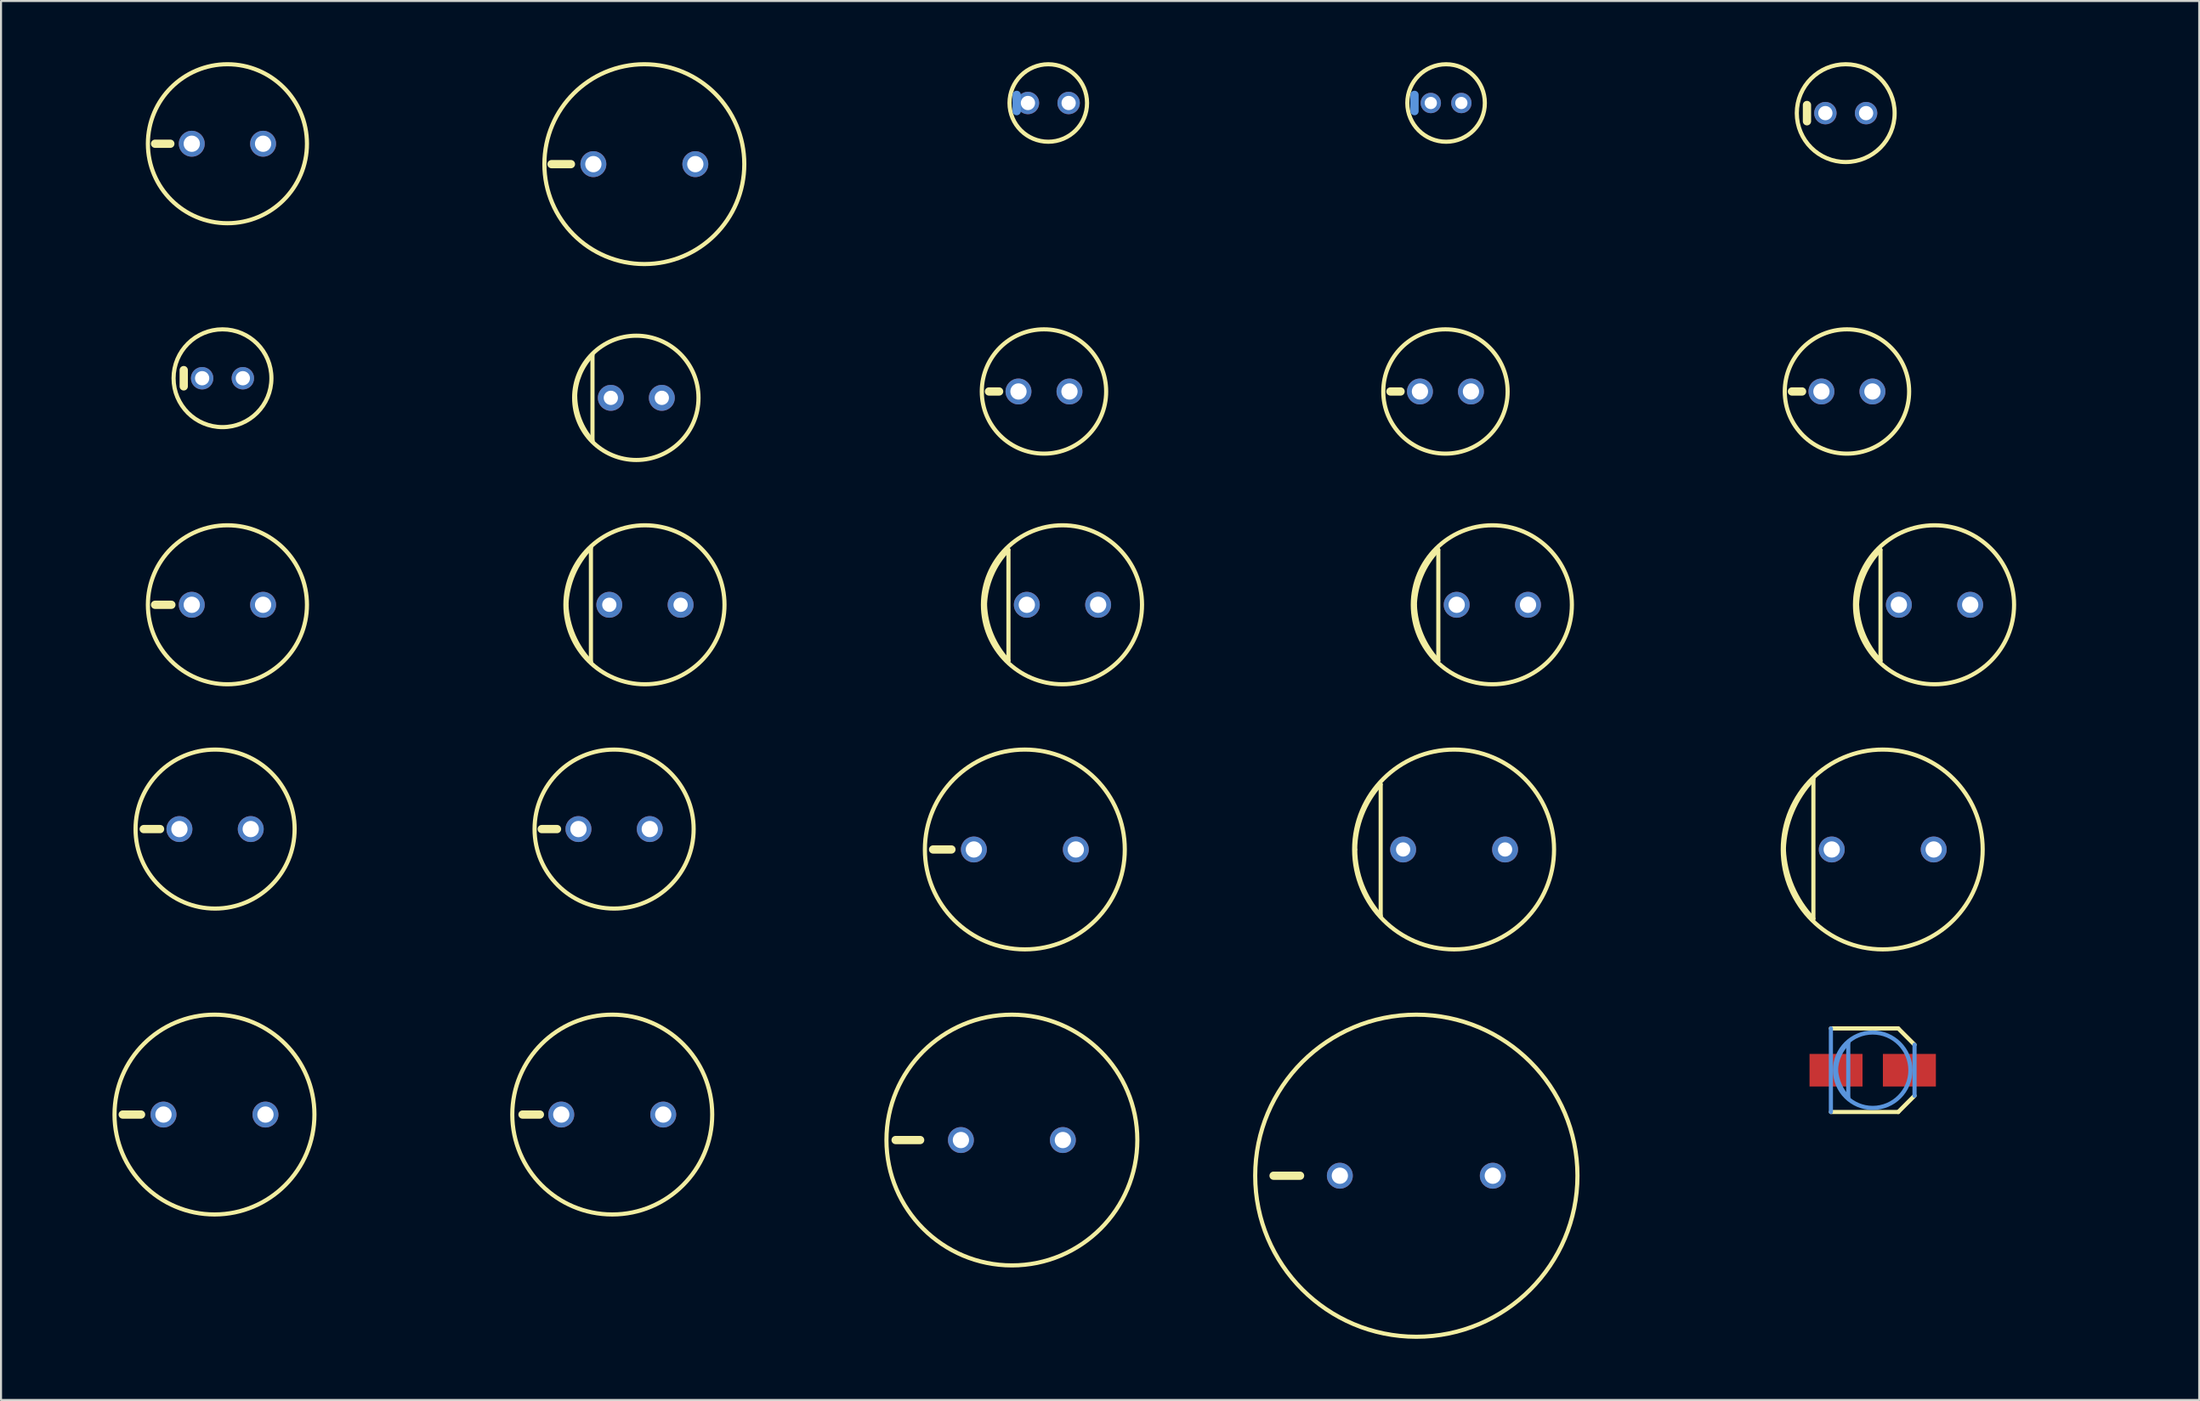
<source format=kicad_pcb>
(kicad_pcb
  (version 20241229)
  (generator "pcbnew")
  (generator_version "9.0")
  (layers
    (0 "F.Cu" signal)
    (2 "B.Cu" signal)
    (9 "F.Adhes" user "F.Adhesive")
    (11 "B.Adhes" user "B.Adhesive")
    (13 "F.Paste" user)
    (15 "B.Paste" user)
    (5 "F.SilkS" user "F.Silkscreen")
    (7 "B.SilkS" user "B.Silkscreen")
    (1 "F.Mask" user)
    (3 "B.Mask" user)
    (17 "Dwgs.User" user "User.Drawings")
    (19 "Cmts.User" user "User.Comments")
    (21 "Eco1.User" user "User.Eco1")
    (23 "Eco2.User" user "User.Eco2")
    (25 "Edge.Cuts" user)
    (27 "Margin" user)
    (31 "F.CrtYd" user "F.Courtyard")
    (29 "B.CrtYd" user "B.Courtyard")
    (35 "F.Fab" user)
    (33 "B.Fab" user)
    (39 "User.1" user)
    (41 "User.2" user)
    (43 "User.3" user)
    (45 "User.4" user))
  (footprint "SANYO-OSCON_A"
    (layer "F.Cu")
    (at 48.339 2.002)
    (property "Reference" "SANYO-OSCON_A" (at 0.635 -0.635 0) (layer "Eco1.User") (effects (font (size 1.27 1.27) (thickness 0.102))))
    (attr through_hole)
    (fp_circle (center 0 0) (end 1.9 0) (stroke (width 0.203) (type solid)) (fill no) (layer "F.SilkS"))
    (fp_line (start -1.549 0.399) (end -1.549 -0.399) (stroke (width 0.406) (type solid)) (layer "Cmts.User"))
    (pad "+" thru_hole oval (at 0.998 0) (size 1.1 1.1) (drill 0.699) (layers "*.Cu" "*.Mask"))
    (pad "-" thru_hole oval (at -0.998 0) (size 1.1 1.1) (drill 0.699) (layers "*.Cu" "*.Mask")))
  (footprint "SANYO-OSCON_9E"
    (layer "F.Cu")
    (at 8.099 4)
    (property "Reference" "SANYO-OSCON_9E" (at 0.635 -0.635 0) (layer "Eco1.User") (effects (font (size 1.27 1.27) (thickness 0.102))))
    (attr through_hole)
    (fp_line (start -3.548 0) (end -2.799 0) (stroke (width 0.406) (type solid)) (layer "F.SilkS"))
    (fp_circle (center 0 0) (end 3.899 0) (stroke (width 0.203) (type solid)) (fill no) (layer "F.SilkS"))
    (pad "+" thru_hole oval (at 1.748 0) (size 1.27 1.27) (drill 0.798) (layers "*.Cu" "*.Mask"))
    (pad "-" thru_hole oval (at -1.748 0) (size 1.27 1.27) (drill 0.798) (layers "*.Cu" "*.Mask")))
  (footprint "SANYO-OSCON_E1"
    (layer "F.Cu")
    (at 8.099 26.614)
    (property "Reference" "SANYO-OSCON_E1" (at 0.635 -0.635 0) (layer "Eco1.User") (effects (font (size 1.27 1.27) (thickness 0.102))))
    (attr through_hole)
    (fp_line (start -3.548 0) (end -2.748 0) (stroke (width 0.406) (type solid)) (layer "F.SilkS"))
    (fp_circle (center 0 0) (end 3.899 0) (stroke (width 0.203) (type solid)) (fill no) (layer "F.SilkS"))
    (pad "+" thru_hole oval (at 1.748 0) (size 1.27 1.27) (drill 0.798) (layers "*.Cu" "*.Mask"))
    (pad "-" thru_hole oval (at -1.748 0) (size 1.27 1.27) (drill 0.798) (layers "*.Cu" "*.Mask")))
  (footprint "SANYO-OSCON_F0"
    (layer "F.Cu")
    (at 47.19 38.616)
    (property "Reference" "SANYO-OSCON_F0" (at 0.635 -0.635 0) (layer "Eco1.User") (effects (font (size 1.27 1.27) (thickness 0.102))))
    (attr through_hole)
    (fp_line (start -4.498 0) (end -3.599 0) (stroke (width 0.406) (type solid)) (layer "F.SilkS"))
    (fp_circle (center 0 0) (end 4.9 0) (stroke (width 0.203) (type solid)) (fill no) (layer "F.SilkS"))
    (pad "+" thru_hole oval (at 2.499 0) (size 1.27 1.27) (drill 0.798) (layers "*.Cu" "*.Mask"))
    (pad "-" thru_hole oval (at -2.499 0) (size 1.27 1.27) (drill 0.798) (layers "*.Cu" "*.Mask")))
  (footprint "SANYO-OSCON_SMD_A5"
    (layer "F.Cu")
    (at 88.754 49.443)
    (property "Reference" "SANYO-OSCON_SMD_A5" (at 0.635 -1.905 0) (layer "Eco1.User") (effects (font (size 1.27 1.27) (thickness 0.102))))
    (attr through_hole)
    (fp_line (start -2.05 -2.05) (end 1.25 -2.05) (stroke (width 0.203) (type solid)) (layer "F.SilkS"))
    (fp_line (start 1.25 -2.05) (end 2.05 -1.25) (stroke (width 0.203) (type solid)) (layer "F.SilkS"))
    (fp_line (start 1.25 2.05) (end -2.05 2.05) (stroke (width 0.203) (type solid)) (layer "F.SilkS"))
    (fp_line (start 2.05 1.25) (end 1.25 2.05) (stroke (width 0.203) (type solid)) (layer "F.SilkS"))
    (fp_line (start -2.05 2.05) (end -2.05 -2.05) (stroke (width 0.203) (type solid)) (layer "Cmts.User"))
    (fp_line (start -1.199 1.349) (end -1.199 -1.349) (stroke (width 0.203) (type solid)) (layer "Cmts.User"))
    (fp_line (start 2.05 -1.25) (end 2.05 1.25) (stroke (width 0.203) (type solid)) (layer "Cmts.User"))
    (fp_arc (start -1.798712 -0.003494) (mid -1.631674 -0.735366) (end -1.19888 -1.34874) (stroke (width 0.2032) (type solid)) (layer "Cmts.User"))
    (fp_arc (start -1.200458 1.347951) (mid -1.615199 0.725341) (end -1.79832 0) (stroke (width 0.2032) (type solid)) (layer "Cmts.User"))
    (fp_circle (center 0 0) (end 1.849 0) (stroke (width 0.203) (type solid)) (fill no) (layer "Cmts.User"))
    (pad "+" smd rect (at 1.798 0) (size 2.598 1.598) (layers "F.Cu" "F.Mask" "F.Paste"))
    (pad "-" smd rect (at -1.798 0) (size 2.598 1.598) (layers "F.Cu" "F.Mask" "F.Paste")))
  (footprint "SANYO-OSCON_E9"
    (layer "F.Cu")
    (at 49.035 26.614)
    (property "Reference" "SANYO-OSCON_E9" (at 0.635 -0.635 0) (layer "Eco1.User") (effects (font (size 1.27 1.27) (thickness 0.102))))
    (attr through_hole)
    (fp_line (start -2.649 -2.697) (end -2.649 2.748) (stroke (width 0.203) (type solid)) (layer "F.SilkS"))
    (fp_arc (start -3.79984 0) (mid -3.474505 -1.452569) (end -2.654557 -2.694939) (stroke (width 0.2032) (type solid)) (layer "F.SilkS"))
    (fp_arc (start -2.64922 2.74828) (mid -3.471649 1.479771) (end -3.797754 0.003573) (stroke (width 0.2032) (type solid)) (layer "F.SilkS"))
    (fp_circle (center 0 0) (end 3.899 0) (stroke (width 0.203) (type solid)) (fill no) (layer "F.SilkS"))
    (pad "+" thru_hole oval (at 1.748 0) (size 1.27 1.27) (drill 0.798) (layers "*.Cu" "*.Mask"))
    (pad "-" thru_hole oval (at -1.748 0) (size 1.27 1.27) (drill 0.798) (layers "*.Cu" "*.Mask")))
  (footprint "SANYO-OSCON_B"
    (layer "F.Cu")
    (at 87.431 2.499)
    (property "Reference" "SANYO-OSCON_B" (at 0.635 -0.635 0) (layer "Eco1.User") (effects (font (size 1.27 1.27) (thickness 0.102))))
    (attr through_hole)
    (fp_line (start -1.9 0.399) (end -1.9 -0.399) (stroke (width 0.406) (type solid)) (layer "F.SilkS"))
    (fp_circle (center 0 0) (end 2.398 0) (stroke (width 0.203) (type solid)) (fill no) (layer "F.SilkS"))
    (pad "+" thru_hole oval (at 0.998 0) (size 1.1 1.1) (drill 0.699) (layers "*.Cu" "*.Mask"))
    (pad "-" thru_hole oval (at -0.998 0) (size 1.1 1.1) (drill 0.699) (layers "*.Cu" "*.Mask")))
  (footprint "SANYO-OSCON_C6"
    (layer "F.Cu")
    (at 28.144 16.464)
    (property "Reference" "SANYO-OSCON_C6" (at 0.635 -2.54 0) (layer "Eco1.User") (effects (font (size 1.27 1.27) (thickness 0.102))))
    (attr through_hole)
    (fp_line (start -2.149 -2.098) (end -2.149 2.098) (stroke (width 0.203) (type solid)) (layer "F.SilkS"))
    (fp_arc (start -2.99974 -0.09906) (mid -2.760334 -1.174879) (end -2.154501 -2.095567) (stroke (width 0.2032) (type solid)) (layer "F.SilkS"))
    (fp_arc (start -2.14884 2.09804) (mid -2.771651 1.076908) (end -2.997412 -0.09767) (stroke (width 0.2032) (type solid)) (layer "F.SilkS"))
    (fp_circle (center 0 0) (end 3.048 0) (stroke (width 0.203) (type solid)) (fill no) (layer "F.SilkS"))
    (pad "+" thru_hole oval (at 1.25 0) (size 1.27 1.27) (drill 0.699) (layers "*.Cu" "*.Mask"))
    (pad "-" thru_hole oval (at -1.25 0) (size 1.27 1.27) (drill 0.699) (layers "*.Cu" "*.Mask")))
  (footprint "SANYO-OSCON_E12"
    (layer "F.Cu")
    (at 70.108 26.614)
    (property "Reference" "SANYO-OSCON_E12" (at 0.635 -0.635 0) (layer "Eco1.User") (effects (font (size 1.27 1.27) (thickness 0.102))))
    (attr through_hole)
    (fp_line (start -2.649 -2.697) (end -2.649 2.748) (stroke (width 0.203) (type solid)) (layer "F.SilkS"))
    (fp_arc (start -3.79984 0) (mid -3.474505 -1.452569) (end -2.654557 -2.694939) (stroke (width 0.2032) (type solid)) (layer "F.SilkS"))
    (fp_arc (start -2.64922 2.74828) (mid -3.471649 1.479771) (end -3.797754 0.003573) (stroke (width 0.2032) (type solid)) (layer "F.SilkS"))
    (fp_circle (center 0 0) (end 3.899 0) (stroke (width 0.203) (type solid)) (fill no) (layer "F.SilkS"))
    (pad "+" thru_hole oval (at 1.748 0) (size 1.27 1.27) (drill 0.798) (layers "*.Cu" "*.Mask"))
    (pad "-" thru_hole oval (at -1.748 0) (size 1.27 1.27) (drill 0.798) (layers "*.Cu" "*.Mask")))
  (footprint "SANYO-OSCON_E7"
    (layer "F.Cu")
    (at 28.567 26.614)
    (property "Reference" "SANYO-OSCON_E7" (at 0.635 -0.635 0) (layer "Eco1.User") (effects (font (size 1.27 1.27) (thickness 0.102))))
    (attr through_hole)
    (fp_line (start -2.649 -2.799) (end -2.649 2.799) (stroke (width 0.203) (type solid)) (layer "F.SilkS"))
    (fp_arc (start -3.8481 0) (mid -3.507256 -1.506596) (end -2.653623 -2.793964) (stroke (width 0.2032) (type solid)) (layer "F.SilkS"))
    (fp_arc (start -2.64922 2.79908) (mid -3.500937 1.509658) (end -3.847152 0.003615) (stroke (width 0.2032) (type solid)) (layer "F.SilkS"))
    (fp_circle (center 0 0) (end 3.899 0) (stroke (width 0.203) (type solid)) (fill no) (layer "F.SilkS"))
    (pad "+" thru_hole oval (at 1.748 0) (size 1.27 1.27) (drill 0.699) (layers "*.Cu" "*.Mask"))
    (pad "-" thru_hole oval (at -1.748 0) (size 1.27 1.27) (drill 0.699) (layers "*.Cu" "*.Mask")))
  (footprint "SANYO-OSCON_B'"
    (layer "F.Cu")
    (at 7.857 15.502)
    (property "Reference" "SANYO-OSCON_B'" (at 0.635 -0.635 0) (layer "Eco1.User") (effects (font (size 1.27 1.27) (thickness 0.102))))
    (attr through_hole)
    (fp_line (start -1.9 0.399) (end -1.9 -0.399) (stroke (width 0.406) (type solid)) (layer "F.SilkS"))
    (fp_circle (center 0 0) (end 2.398 0) (stroke (width 0.203) (type solid)) (fill no) (layer "F.SilkS"))
    (pad "+" thru_hole oval (at 0.998 0) (size 1.1 1.1) (drill 0.699) (layers "*.Cu" "*.Mask"))
    (pad "-" thru_hole oval (at -0.998 0) (size 1.1 1.1) (drill 0.699) (layers "*.Cu" "*.Mask")))
  (footprint "SANYO-OSCON_C"
    (layer "F.Cu")
    (at 48.128 16.152)
    (property "Reference" "SANYO-OSCON_C" (at 0.635 -0.635 0) (layer "Eco1.User") (effects (font (size 1.27 1.27) (thickness 0.102))))
    (attr through_hole)
    (fp_line (start -2.2 0) (end -2.697 0) (stroke (width 0.406) (type solid)) (layer "F.SilkS"))
    (fp_circle (center 0 0) (end 3.048 0) (stroke (width 0.203) (type solid)) (fill no) (layer "F.SilkS"))
    (pad "+" thru_hole oval (at 1.25 0) (size 1.27 1.27) (drill 0.798) (layers "*.Cu" "*.Mask"))
    (pad "-" thru_hole oval (at -1.25 0) (size 1.27 1.27) (drill 0.798) (layers "*.Cu" "*.Mask")))
  (footprint "SANYO-OSCON_E13"
    (layer "F.Cu")
    (at 91.785 26.614)
    (property "Reference" "SANYO-OSCON_E13" (at 0.635 -0.635 0) (layer "Eco1.User") (effects (font (size 1.27 1.27) (thickness 0.102))))
    (attr through_hole)
    (fp_line (start -2.649 -2.697) (end -2.649 2.748) (stroke (width 0.203) (type solid)) (layer "F.SilkS"))
    (fp_arc (start -3.79984 0) (mid -3.474505 -1.452569) (end -2.654557 -2.694939) (stroke (width 0.2032) (type solid)) (layer "F.SilkS"))
    (fp_arc (start -2.64922 2.74828) (mid -3.471649 1.479771) (end -3.797754 0.003573) (stroke (width 0.2032) (type solid)) (layer "F.SilkS"))
    (fp_circle (center 0 0) (end 3.899 0) (stroke (width 0.203) (type solid)) (fill no) (layer "F.SilkS"))
    (pad "+" thru_hole oval (at 1.748 0) (size 1.27 1.27) (drill 0.798) (layers "*.Cu" "*.Mask"))
    (pad "-" thru_hole oval (at -1.748 0) (size 1.27 1.27) (drill 0.798) (layers "*.Cu" "*.Mask")))
  (footprint "SANYO-OSCON_E"
    (layer "F.Cu")
    (at 7.494 37.615)
    (property "Reference" "SANYO-OSCON_E" (at 0.635 -0.635 0) (layer "Eco1.User") (effects (font (size 1.27 1.27) (thickness 0.102))))
    (attr through_hole)
    (fp_line (start -3.498 0) (end -2.697 0) (stroke (width 0.406) (type solid)) (layer "F.SilkS"))
    (fp_circle (center 0 0) (end 3.899 0) (stroke (width 0.203) (type solid)) (fill no) (layer "F.SilkS"))
    (pad "+" thru_hole oval (at 1.748 0) (size 1.27 1.27) (drill 0.798) (layers "*.Cu" "*.Mask"))
    (pad "-" thru_hole oval (at -1.748 0) (size 1.27 1.27) (drill 0.798) (layers "*.Cu" "*.Mask")))
  (footprint "SANYO-OSCON_H"
    (layer "F.Cu")
    (at 66.381 54.618)
    (property "Reference" "SANYO-OSCON_H" (at 0.635 -0.635 0) (layer "Eco1.User") (effects (font (size 1.27 1.27) (thickness 0.102))))
    (attr through_hole)
    (fp_line (start -6.998 0) (end -5.7 0) (stroke (width 0.406) (type solid)) (layer "F.SilkS"))
    (fp_circle (center 0 0) (end 7.899 0) (stroke (width 0.203) (type solid)) (fill no) (layer "F.SilkS"))
    (pad "+" thru_hole oval (at 3.749 0) (size 1.27 1.27) (drill 0.798) (layers "*.Cu" "*.Mask"))
    (pad "-" thru_hole oval (at -3.749 0) (size 1.27 1.27) (drill 0.798) (layers "*.Cu" "*.Mask")))
  (footprint "SANYO-OSCON_D"
    (layer "F.Cu")
    (at 87.491 16.152)
    (property "Reference" "SANYO-OSCON_D" (at 0.635 -0.635 0) (layer "Eco1.User") (effects (font (size 1.27 1.27) (thickness 0.102))))
    (attr through_hole)
    (fp_line (start -2.2 0) (end -2.697 0) (stroke (width 0.406) (type solid)) (layer "F.SilkS"))
    (fp_circle (center 0 0) (end 3.048 0) (stroke (width 0.203) (type solid)) (fill no) (layer "F.SilkS"))
    (pad "+" thru_hole oval (at 1.25 0) (size 1.27 1.27) (drill 0.798) (layers "*.Cu" "*.Mask"))
    (pad "-" thru_hole oval (at -1.25 0) (size 1.27 1.27) (drill 0.798) (layers "*.Cu" "*.Mask")))
  (footprint "SANYO-OSCON_F'"
    (layer "F.Cu")
    (at 26.964 51.618)
    (property "Reference" "SANYO-OSCON_F'" (at 0.635 -0.635 0) (layer "Eco1.User") (effects (font (size 1.27 1.27) (thickness 0.102))))
    (attr through_hole)
    (fp_line (start -3.548 0) (end -4.399 0) (stroke (width 0.406) (type solid)) (layer "F.SilkS"))
    (fp_circle (center 0 0) (end 4.9 0) (stroke (width 0.203) (type solid)) (fill no) (layer "F.SilkS"))
    (pad "+" thru_hole oval (at 2.499 0) (size 1.27 1.27) (drill 0.798) (layers "*.Cu" "*.Mask"))
    (pad "-" thru_hole oval (at -2.499 0) (size 1.27 1.27) (drill 0.798) (layers "*.Cu" "*.Mask")))
  (footprint "SANYO-OSCON_G"
    (layer "F.Cu")
    (at 46.555 52.868)
    (property "Reference" "SANYO-OSCON_G" (at 0.635 -0.635 0) (layer "Eco1.User") (effects (font (size 1.27 1.27) (thickness 0.102))))
    (attr through_hole)
    (fp_line (start -4.498 0) (end -5.7 0) (stroke (width 0.406) (type solid)) (layer "F.SilkS"))
    (fp_circle (center 0 0) (end 6.149 0) (stroke (width 0.203) (type solid)) (fill no) (layer "F.SilkS"))
    (pad "+" thru_hole oval (at 2.499 0) (size 1.27 1.27) (drill 0.798) (layers "*.Cu" "*.Mask"))
    (pad "-" thru_hole oval (at -2.499 0) (size 1.27 1.27) (drill 0.798) (layers "*.Cu" "*.Mask")))
  (footprint "SANYO-OSCON_A'"
    (layer "F.Cu")
    (at 67.84 2.002)
    (property "Reference" "SANYO-OSCON_A'" (at 0.635 -0.635 0) (layer "Eco1.User") (effects (font (size 1.27 1.27) (thickness 0.102))))
    (attr through_hole)
    (fp_circle (center 0 0) (end 1.9 0) (stroke (width 0.203) (type solid)) (fill no) (layer "F.SilkS"))
    (fp_line (start -1.549 0.399) (end -1.549 -0.399) (stroke (width 0.406) (type solid)) (layer "Cmts.User"))
    (pad "+" thru_hole oval (at 0.749 0) (size 0.998 0.998) (drill 0.599) (layers "*.Cu" "*.Mask"))
    (pad "-" thru_hole oval (at -0.749 0) (size 0.998 0.998) (drill 0.599) (layers "*.Cu" "*.Mask")))
  (footprint "SANYO-OSCON_F8"
    (layer "F.Cu")
    (at 68.233 38.616)
    (property "Reference" "SANYO-OSCON_F8" (at 0 -1.27 0) (layer "Eco1.User") (effects (font (size 1.27 1.27) (thickness 0.102))))
    (attr through_hole)
    (fp_line (start -3.599 -3.198) (end -3.599 3.249) (stroke (width 0.203) (type solid)) (layer "F.SilkS"))
    (fp_arc (start -4.84886 0) (mid -4.519732 -1.712) (end -3.604111 -3.195545) (stroke (width 0.2032) (type solid)) (layer "F.SilkS"))
    (fp_arc (start -3.59918 3.24866) (mid -4.51684 1.739707) (end -4.84794 0.004941) (stroke (width 0.2032) (type solid)) (layer "F.SilkS"))
    (fp_circle (center 0 0) (end 4.9 0) (stroke (width 0.203) (type solid)) (fill no) (layer "F.SilkS"))
    (pad "+" thru_hole oval (at 2.499 0) (size 1.27 1.27) (drill 0.699) (layers "*.Cu" "*.Mask"))
    (pad "-" thru_hole oval (at -2.499 0) (size 1.27 1.27) (drill 0.699) (layers "*.Cu" "*.Mask")))
  (footprint "SANYO-OSCON_C'"
    (layer "F.Cu")
    (at 67.809 16.152)
    (property "Reference" "SANYO-OSCON_C'" (at 0.635 -0.635 0) (layer "Eco1.User") (effects (font (size 1.27 1.27) (thickness 0.102))))
    (attr through_hole)
    (fp_line (start -2.2 0) (end -2.697 0) (stroke (width 0.406) (type solid)) (layer "F.SilkS"))
    (fp_circle (center 0 0) (end 3.048 0) (stroke (width 0.203) (type solid)) (fill no) (layer "F.SilkS"))
    (pad "+" thru_hole oval (at 1.25 0) (size 1.27 1.27) (drill 0.798) (layers "*.Cu" "*.Mask"))
    (pad "-" thru_hole oval (at -1.25 0) (size 1.27 1.27) (drill 0.798) (layers "*.Cu" "*.Mask")))
  (footprint "SANYO-OSCON_E'"
    (layer "F.Cu")
    (at 27.055 37.615)
    (property "Reference" "SANYO-OSCON_E'" (at 0.635 -0.635 0) (layer "Eco1.User") (effects (font (size 1.27 1.27) (thickness 0.102))))
    (attr through_hole)
    (fp_line (start -3.548 0) (end -2.799 0) (stroke (width 0.406) (type solid)) (layer "F.SilkS"))
    (fp_circle (center 0 0) (end 3.899 0) (stroke (width 0.203) (type solid)) (fill no) (layer "F.SilkS"))
    (pad "+" thru_hole oval (at 1.748 0) (size 1.27 1.27) (drill 0.798) (layers "*.Cu" "*.Mask"))
    (pad "-" thru_hole oval (at -1.748 0) (size 1.27 1.27) (drill 0.798) (layers "*.Cu" "*.Mask")))
  (footprint "SANYO-OSCON_F"
    (layer "F.Cu")
    (at 7.464 51.618)
    (property "Reference" "SANYO-OSCON_F" (at 0.635 -0.635 0) (layer "Eco1.User") (effects (font (size 1.27 1.27) (thickness 0.102))))
    (attr through_hole)
    (fp_line (start -4.498 0) (end -3.599 0) (stroke (width 0.406) (type solid)) (layer "F.SilkS"))
    (fp_circle (center 0 0) (end 4.9 0) (stroke (width 0.203) (type solid)) (fill no) (layer "F.SilkS"))
    (pad "+" thru_hole oval (at 2.499 0) (size 1.27 1.27) (drill 0.798) (layers "*.Cu" "*.Mask"))
    (pad "-" thru_hole oval (at -2.499 0) (size 1.27 1.27) (drill 0.798) (layers "*.Cu" "*.Mask")))
  (footprint "SANYO-OSCON_9F"
    (layer "F.Cu")
    (at 28.537 5.001)
    (property "Reference" "SANYO-OSCON_9F" (at 0.635 -0.635 0) (layer "Eco1.User") (effects (font (size 1.27 1.27) (thickness 0.102))))
    (attr through_hole)
    (fp_line (start -4.549 0) (end -3.599 0) (stroke (width 0.406) (type solid)) (layer "F.SilkS"))
    (fp_circle (center 0 0) (end 4.9 0) (stroke (width 0.203) (type solid)) (fill no) (layer "F.SilkS"))
    (pad "+" thru_hole oval (at 2.499 0) (size 1.27 1.27) (drill 0.798) (layers "*.Cu" "*.Mask"))
    (pad "-" thru_hole oval (at -2.499 0) (size 1.27 1.27) (drill 0.798) (layers "*.Cu" "*.Mask")))
  (footprint "SANYO-OSCON_F13"
    (layer "F.Cu")
    (at 89.245 38.616)
    (property "Reference" "SANYO-OSCON_F13" (at 0 -1.27 0) (layer "Eco1.User") (effects (font (size 1.27 1.27) (thickness 0.102))))
    (attr through_hole)
    (fp_line (start -3.399 -3.449) (end -3.399 3.399) (stroke (width 0.203) (type solid)) (layer "F.SilkS"))
    (fp_arc (start -4.84886 0) (mid -4.443214 -1.854591) (end -3.405427 -3.444263) (stroke (width 0.2032) (type solid)) (layer "F.SilkS"))
    (fp_arc (start -3.39852 3.39852) (mid -4.429832 1.832271) (end -4.847321 0.004035) (stroke (width 0.2032) (type solid)) (layer "F.SilkS"))
    (fp_circle (center 0 0) (end 4.9 0) (stroke (width 0.203) (type solid)) (fill no) (layer "F.SilkS"))
    (pad "+" thru_hole oval (at 2.499 0) (size 1.27 1.27) (drill 0.798) (layers "*.Cu" "*.Mask"))
    (pad "-" thru_hole oval (at -2.499 0) (size 1.27 1.27) (drill 0.798) (layers "*.Cu" "*.Mask")))
  (gr_rect
    (start -3 -3)
    (end 104.759 65.619)
    (stroke (width 0.1) (type default))
    (fill no)
    (layer "Edge.Cuts")))
</source>
